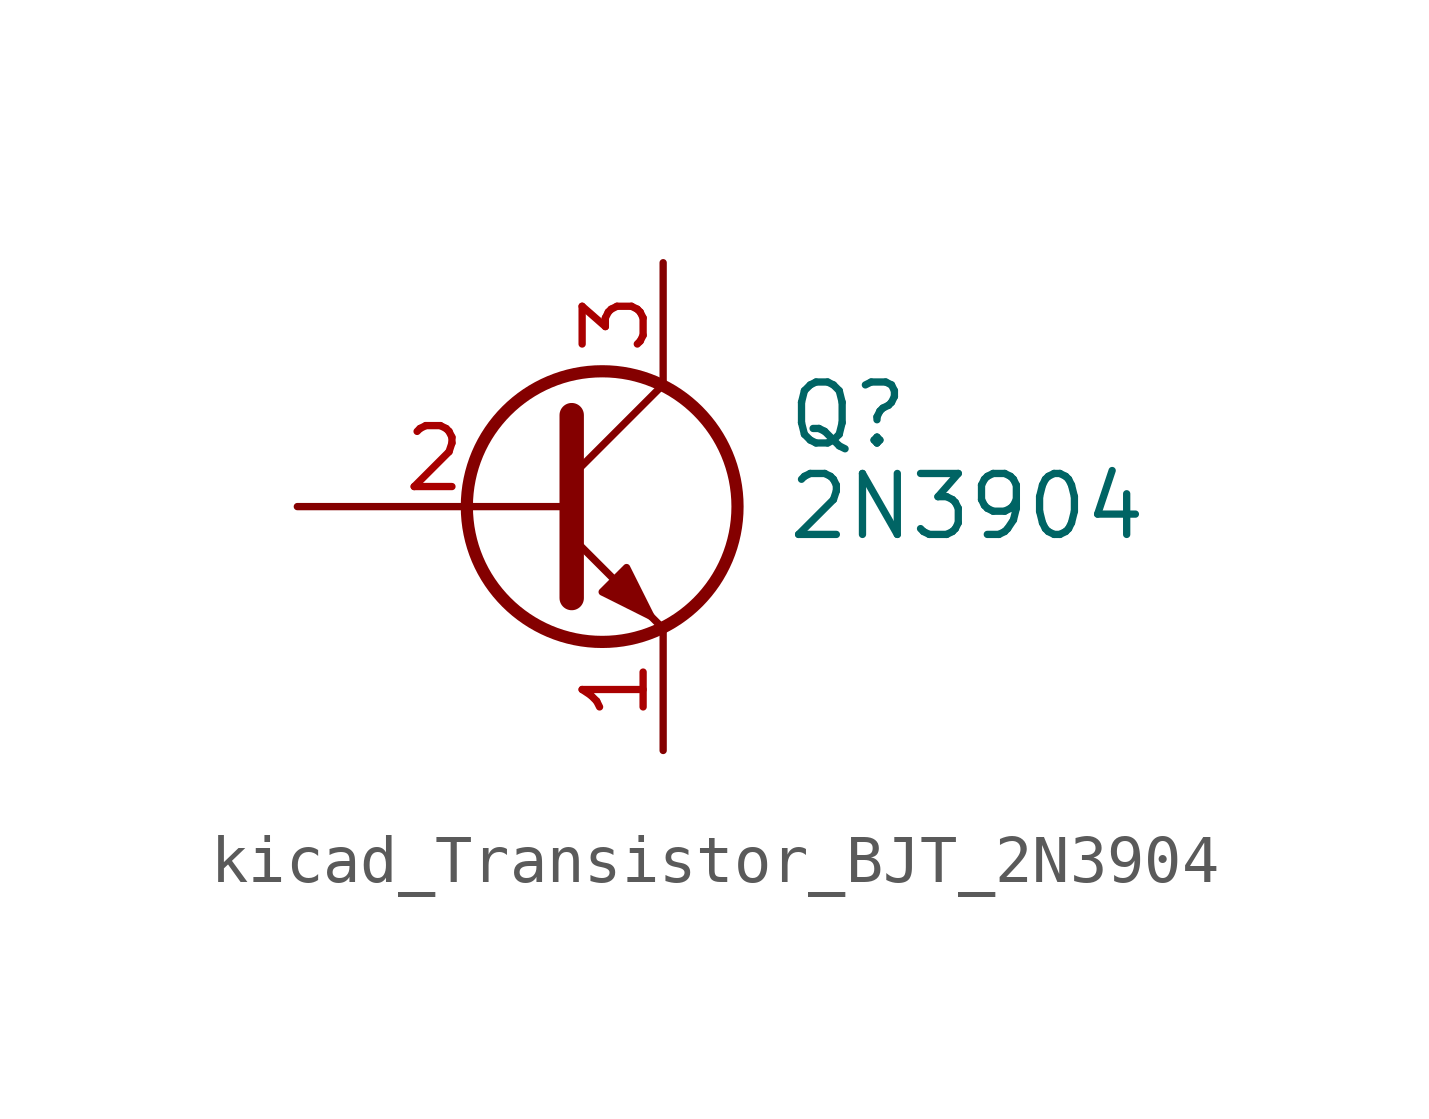
<source format=kicad_sym>
(kicad_symbol_lib
  (version 20220914)
  (generator kicad_symbol_editor)
  (symbol "kicad_Transistor_BJT_2N3904"
    (pin_names
      (offset 0) hide)
    (property "Reference" "Q"
      (at 5.08 1.905 0)
      (effects (font (size 1.27 1.27)) (justify left)))
    (property "Value" "2N3904"
      (at 5.08 0 0)
      (effects (font (size 1.27 1.27)) (justify left)))
    (symbol "kicad_Transistor_BJT_2N3904_0_1"
      (polyline (pts (xy 0.635 0.635) (xy 2.54 2.54)) (stroke (width 0) (type default)) (fill (type none)))
      (polyline (pts (xy 0.635 -0.635) (xy 2.54 -2.54) (xy 2.54 -2.54)) (stroke (width 0) (type default)) (fill (type none)))
      (polyline (pts (xy 0.635 1.905) (xy 0.635 -1.905) (xy 0.635 -1.905)) (stroke (width 0.508) (type default)) (fill (type none)))
      (polyline (pts (xy 1.27 -1.778) (xy 1.778 -1.27) (xy 2.286 -2.286) (xy 1.27 -1.778) (xy 1.27 -1.778)) (stroke (width 0) (type default)) (fill (type outline)))
      (circle (center 1.27 0) (radius 2.819) (stroke (width 0.254) (type default)) (fill (type none))))
    (symbol "kicad_Transistor_BJT_2N3904_1_1"
      (pin passive line (at 2.54 -5.08 90) (length 2.54) (name "E" (effects (font (size 1.27 1.27)))) (number "1" (effects (font (size 1.27 1.27)))))
      (pin passive line (at -5.08 0 0) (length 5.715) (name "B" (effects (font (size 1.27 1.27)))) (number "2" (effects (font (size 1.27 1.27)))))
      (pin passive line (at 2.54 5.08 270) (length 2.54) (name "C" (effects (font (size 1.27 1.27)))) (number "3" (effects (font (size 1.27 1.27))))))))
</source>
